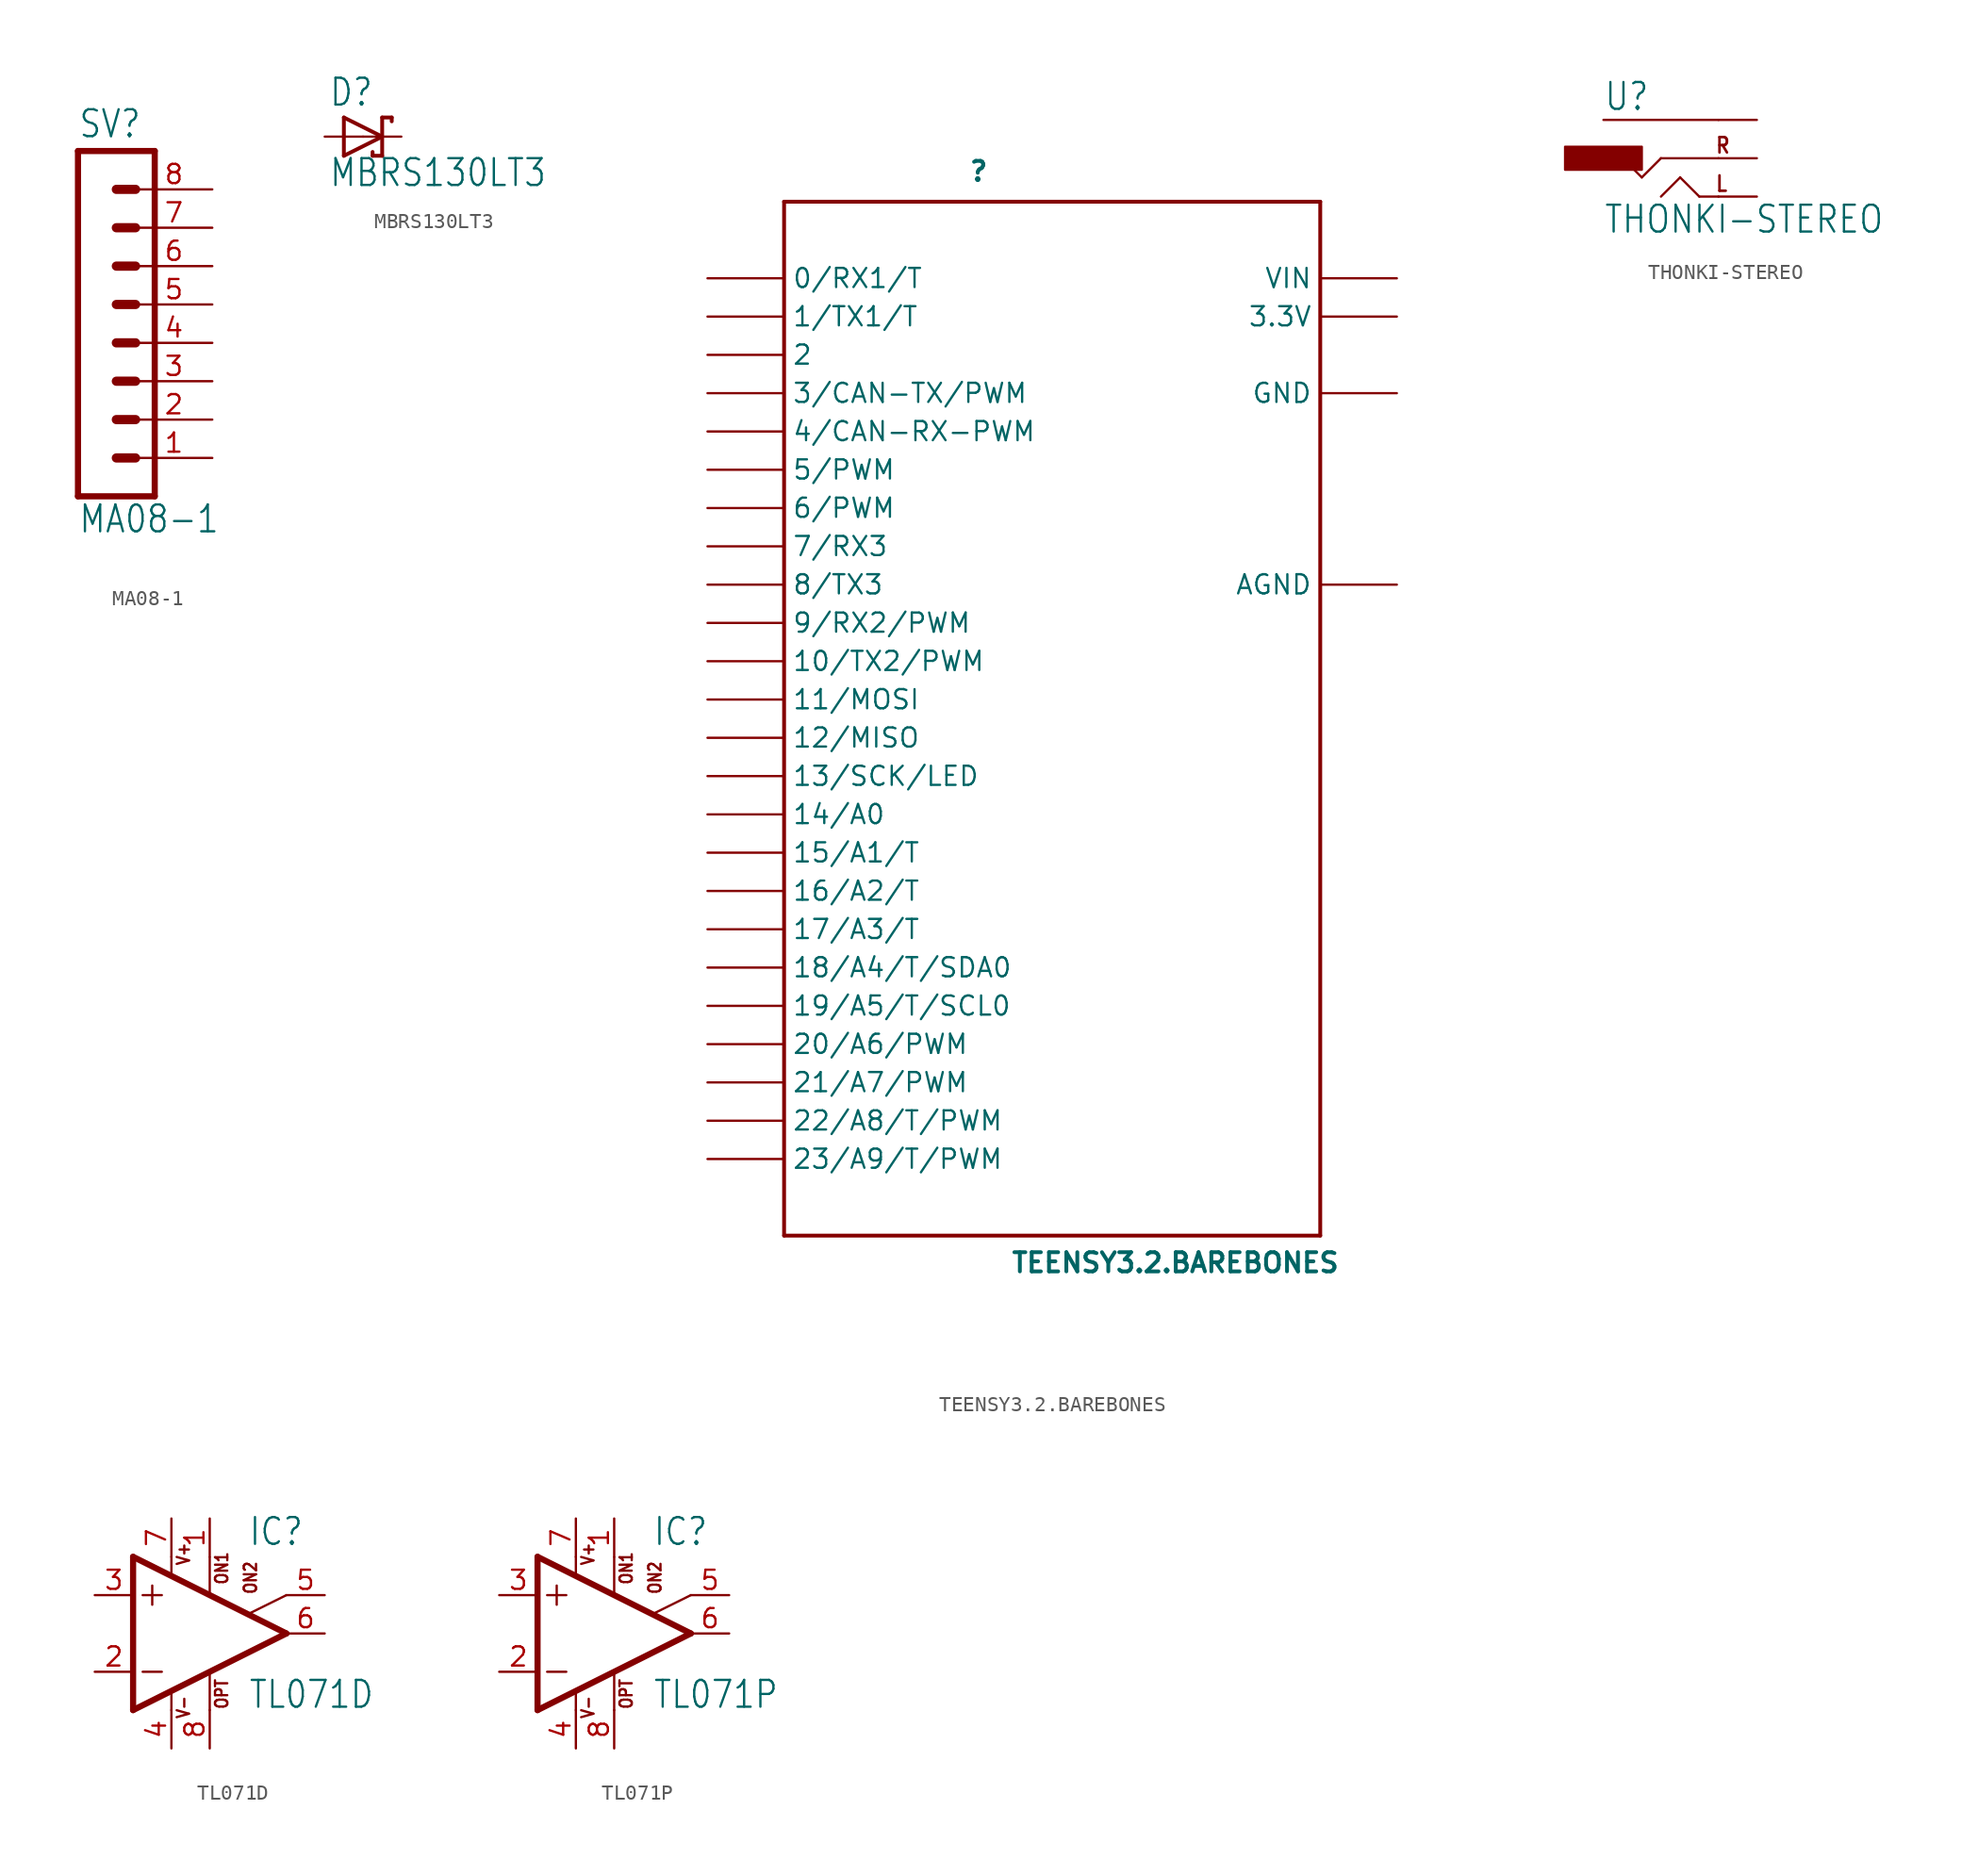
<source format=kicad_sym>
(kicad_symbol_lib
  (version 20211014)
  (generator kicad_symbol_editor)
  (symbol "MA08-1"
    (property "Reference" "SV"
      (at -1.27 13.462 0)
      (effects (font (size 1.778 1.511)) (justify left bottom)))
    (property "Value" "MA08-1"
      (at -1.27 -12.7 0)
      (effects (font (size 1.778 1.511)) (justify left bottom)))
    (property "ki_locked" ""
      (at 0 0 0)
      (effects (font (size 1.27 1.27))))
    (symbol "MA08-1_1_0"
      (polyline (pts (xy -1.27 12.7) (xy -1.27 -10.16)) (stroke (width 0.406) (type default) (color 0 0 0 0)) (fill (type none)))
      (polyline (pts (xy -1.27 12.7) (xy 3.81 12.7)) (stroke (width 0.406) (type default) (color 0 0 0 0)) (fill (type none)))
      (polyline (pts (xy 1.27 -7.62) (xy 2.54 -7.62)) (stroke (width 0.61) (type default) (color 0 0 0 0)) (fill (type none)))
      (polyline (pts (xy 1.27 -5.08) (xy 2.54 -5.08)) (stroke (width 0.61) (type default) (color 0 0 0 0)) (fill (type none)))
      (polyline (pts (xy 1.27 -2.54) (xy 2.54 -2.54)) (stroke (width 0.61) (type default) (color 0 0 0 0)) (fill (type none)))
      (polyline (pts (xy 1.27 0) (xy 2.54 0)) (stroke (width 0.61) (type default) (color 0 0 0 0)) (fill (type none)))
      (polyline (pts (xy 1.27 2.54) (xy 2.54 2.54)) (stroke (width 0.61) (type default) (color 0 0 0 0)) (fill (type none)))
      (polyline (pts (xy 1.27 5.08) (xy 2.54 5.08)) (stroke (width 0.61) (type default) (color 0 0 0 0)) (fill (type none)))
      (polyline (pts (xy 1.27 7.62) (xy 2.54 7.62)) (stroke (width 0.61) (type default) (color 0 0 0 0)) (fill (type none)))
      (polyline (pts (xy 1.27 10.16) (xy 2.54 10.16)) (stroke (width 0.61) (type default) (color 0 0 0 0)) (fill (type none)))
      (polyline (pts (xy 3.81 -10.16) (xy -1.27 -10.16)) (stroke (width 0.406) (type default) (color 0 0 0 0)) (fill (type none)))
      (polyline (pts (xy 3.81 -10.16) (xy 3.81 12.7)) (stroke (width 0.406) (type default) (color 0 0 0 0)) (fill (type none)))
      (pin passive line (at 7.62 -7.62 180) (length 5.08) (name "1" (effects (font (size 0 0)))) (number "1" (effects (font (size 1.27 1.27)))))
      (pin passive line (at 7.62 -5.08 180) (length 5.08) (name "2" (effects (font (size 0 0)))) (number "2" (effects (font (size 1.27 1.27)))))
      (pin passive line (at 7.62 -2.54 180) (length 5.08) (name "3" (effects (font (size 0 0)))) (number "3" (effects (font (size 1.27 1.27)))))
      (pin passive line (at 7.62 0 180) (length 5.08) (name "4" (effects (font (size 0 0)))) (number "4" (effects (font (size 1.27 1.27)))))
      (pin passive line (at 7.62 2.54 180) (length 5.08) (name "5" (effects (font (size 0 0)))) (number "5" (effects (font (size 1.27 1.27)))))
      (pin passive line (at 7.62 5.08 180) (length 5.08) (name "6" (effects (font (size 0 0)))) (number "6" (effects (font (size 1.27 1.27)))))
      (pin passive line (at 7.62 7.62 180) (length 5.08) (name "7" (effects (font (size 0 0)))) (number "7" (effects (font (size 1.27 1.27)))))
      (pin passive line (at 7.62 10.16 180) (length 5.08) (name "8" (effects (font (size 0 0)))) (number "8" (effects (font (size 1.27 1.27)))))))
  (symbol "MBRS130LT3"
    (property "Reference" "D"
      (at -2.286 1.905 0)
      (effects (font (size 1.778 1.511)) (justify left bottom)))
    (property "Value" "MBRS130LT3"
      (at -2.286 -3.429 0)
      (effects (font (size 1.778 1.511)) (justify left bottom)))
    (property "ki_locked" ""
      (at 0 0 0)
      (effects (font (size 1.27 1.27))))
    (symbol "MBRS130LT3_1_0"
      (polyline (pts (xy -1.27 -1.27) (xy 1.27 0)) (stroke (width 0.254) (type default) (color 0 0 0 0)) (fill (type none)))
      (polyline (pts (xy -1.27 1.27) (xy -1.27 -1.27)) (stroke (width 0.254) (type default) (color 0 0 0 0)) (fill (type none)))
      (polyline (pts (xy 0.635 -1.016) (xy 0.635 -1.27)) (stroke (width 0.254) (type default) (color 0 0 0 0)) (fill (type none)))
      (polyline (pts (xy 1.27 -1.27) (xy 0.635 -1.27)) (stroke (width 0.254) (type default) (color 0 0 0 0)) (fill (type none)))
      (polyline (pts (xy 1.27 0) (xy -1.27 1.27)) (stroke (width 0.254) (type default) (color 0 0 0 0)) (fill (type none)))
      (polyline (pts (xy 1.27 0) (xy 1.27 -1.27)) (stroke (width 0.254) (type default) (color 0 0 0 0)) (fill (type none)))
      (polyline (pts (xy 1.27 1.27) (xy 1.27 0)) (stroke (width 0.254) (type default) (color 0 0 0 0)) (fill (type none)))
      (polyline (pts (xy 1.905 1.27) (xy 1.27 1.27)) (stroke (width 0.254) (type default) (color 0 0 0 0)) (fill (type none)))
      (polyline (pts (xy 1.905 1.27) (xy 1.905 1.016)) (stroke (width 0.254) (type default) (color 0 0 0 0)) (fill (type none)))
      (pin passive line (at -2.54 0 0) (length 2.54) (name "A" (effects (font (size 0 0)))) (number "A" (effects (font (size 0 0)))))
      (pin passive line (at 2.54 0 180) (length 2.54) (name "C" (effects (font (size 0 0)))) (number "C" (effects (font (size 0 0)))))))
  (symbol "TEENSY3.2.BAREBONES"
    (property "Reference" ""
      (at -5.588 36.83 0)
      (effects (font (size 1.27 1.27) bold) (justify left bottom)))
    (property "Value" "TEENSY3.2.BAREBONES"
      (at -2.794 -35.56 0)
      (effects (font (size 1.27 1.27) bold) (justify left bottom)))
    (property "ki_locked" ""
      (at 0 0 0)
      (effects (font (size 1.27 1.27))))
    (symbol "TEENSY3.2.BAREBONES_1_0"
      (polyline (pts (xy -17.78 -33.02) (xy 17.78 -33.02)) (stroke (width 0.254) (type default) (color 0 0 0 0)) (fill (type none)))
      (polyline (pts (xy -17.78 35.56) (xy -17.78 -33.02)) (stroke (width 0.254) (type default) (color 0 0 0 0)) (fill (type none)))
      (polyline (pts (xy 17.78 -33.02) (xy 17.78 35.56)) (stroke (width 0.254) (type default) (color 0 0 0 0)) (fill (type none)))
      (polyline (pts (xy 17.78 35.56) (xy -17.78 35.56)) (stroke (width 0.254) (type default) (color 0 0 0 0)) (fill (type none)))
      (pin bidirectional line (at -22.86 30.48 0) (length 5.08) (name "0/RX1/T" (effects (font (size 1.27 1.27)))) (number "0" (effects (font (size 0 0)))))
      (pin bidirectional line (at -22.86 27.94 0) (length 5.08) (name "1/TX1/T" (effects (font (size 1.27 1.27)))) (number "1" (effects (font (size 0 0)))))
      (pin bidirectional line (at -22.86 5.08 0) (length 5.08) (name "10/TX2/PWM" (effects (font (size 1.27 1.27)))) (number "10" (effects (font (size 0 0)))))
      (pin bidirectional line (at -22.86 2.54 0) (length 5.08) (name "11/MOSI" (effects (font (size 1.27 1.27)))) (number "11" (effects (font (size 0 0)))))
      (pin bidirectional line (at -22.86 0 0) (length 5.08) (name "12/MISO" (effects (font (size 1.27 1.27)))) (number "12" (effects (font (size 0 0)))))
      (pin bidirectional line (at -22.86 -2.54 0) (length 5.08) (name "13/SCK/LED" (effects (font (size 1.27 1.27)))) (number "13" (effects (font (size 0 0)))))
      (pin bidirectional line (at -22.86 -5.08 0) (length 5.08) (name "14/A0" (effects (font (size 1.27 1.27)))) (number "14/A0" (effects (font (size 0 0)))))
      (pin bidirectional line (at -22.86 -7.62 0) (length 5.08) (name "15/A1/T" (effects (font (size 1.27 1.27)))) (number "15/A1" (effects (font (size 0 0)))))
      (pin bidirectional line (at -22.86 -10.16 0) (length 5.08) (name "16/A2/T" (effects (font (size 1.27 1.27)))) (number "16/A2" (effects (font (size 0 0)))))
      (pin bidirectional line (at -22.86 -12.7 0) (length 5.08) (name "17/A3/T" (effects (font (size 1.27 1.27)))) (number "17/A3" (effects (font (size 0 0)))))
      (pin bidirectional line (at -22.86 -15.24 0) (length 5.08) (name "18/A4/T/SDA0" (effects (font (size 1.27 1.27)))) (number "18/A4" (effects (font (size 0 0)))))
      (pin bidirectional line (at -22.86 -17.78 0) (length 5.08) (name "19/A5/T/SCL0" (effects (font (size 1.27 1.27)))) (number "19/A5" (effects (font (size 0 0)))))
      (pin bidirectional line (at -22.86 25.4 0) (length 5.08) (name "2" (effects (font (size 1.27 1.27)))) (number "2" (effects (font (size 0 0)))))
      (pin bidirectional line (at -22.86 -20.32 0) (length 5.08) (name "20/A6/PWM" (effects (font (size 1.27 1.27)))) (number "20/A6" (effects (font (size 0 0)))))
      (pin bidirectional line (at -22.86 -22.86 0) (length 5.08) (name "21/A7/PWM" (effects (font (size 1.27 1.27)))) (number "21/A7" (effects (font (size 0 0)))))
      (pin bidirectional line (at -22.86 -25.4 0) (length 5.08) (name "22/A8/T/PWM" (effects (font (size 1.27 1.27)))) (number "22/A8" (effects (font (size 0 0)))))
      (pin bidirectional line (at -22.86 -27.94 0) (length 5.08) (name "23/A9/T/PWM" (effects (font (size 1.27 1.27)))) (number "23/A9" (effects (font (size 0 0)))))
      (pin bidirectional line (at -22.86 22.86 0) (length 5.08) (name "3/CAN-TX/PWM" (effects (font (size 1.27 1.27)))) (number "3" (effects (font (size 0 0)))))
      (pin power_in line (at 22.86 27.94 180) (length 5.08) (name "3.3V" (effects (font (size 1.27 1.27)))) (number "3.3V" (effects (font (size 0 0)))))
      (pin bidirectional line (at -22.86 20.32 0) (length 5.08) (name "4/CAN-RX-PWM" (effects (font (size 1.27 1.27)))) (number "4" (effects (font (size 0 0)))))
      (pin bidirectional line (at -22.86 17.78 0) (length 5.08) (name "5/PWM" (effects (font (size 1.27 1.27)))) (number "5" (effects (font (size 0 0)))))
      (pin bidirectional line (at -22.86 15.24 0) (length 5.08) (name "6/PWM" (effects (font (size 1.27 1.27)))) (number "6" (effects (font (size 0 0)))))
      (pin bidirectional line (at -22.86 12.7 0) (length 5.08) (name "7/RX3" (effects (font (size 1.27 1.27)))) (number "7" (effects (font (size 0 0)))))
      (pin bidirectional line (at -22.86 10.16 0) (length 5.08) (name "8/TX3" (effects (font (size 1.27 1.27)))) (number "8" (effects (font (size 0 0)))))
      (pin bidirectional line (at -22.86 7.62 0) (length 5.08) (name "9/RX2/PWM" (effects (font (size 1.27 1.27)))) (number "9" (effects (font (size 0 0)))))
      (pin power_in line (at 22.86 10.16 180) (length 5.08) (name "AGND" (effects (font (size 1.27 1.27)))) (number "AGND" (effects (font (size 0 0)))))
      (pin power_in line (at 22.86 22.86 180) (length 5.08) (name "GND" (effects (font (size 1.27 1.27)))) (number "GND" (effects (font (size 0 0)))))
      (pin power_in line (at 22.86 30.48 180) (length 5.08) (name "VIN" (effects (font (size 1.27 1.27)))) (number "VIN" (effects (font (size 0 0)))))))
  (symbol "THONKI-STEREO"
    (property "Reference" "U"
      (at -5.08 3.048 0)
      (effects (font (size 1.778 1.511)) (justify left bottom)))
    (property "Value" "THONKI-STEREO"
      (at -5.08 -5.08 0)
      (effects (font (size 1.778 1.511)) (justify left bottom)))
    (property "ki_locked" ""
      (at 0 0 0)
      (effects (font (size 1.27 1.27))))
    (symbol "THONKI-STEREO_1_0"
      (rectangle (start -7.62 -0.762) (end -2.54 0.762) (stroke (width 0) (type default) (color 0 0 0 0)) (fill (type outline)))
      (polyline (pts (xy -2.54 -1.27) (xy -3.81 0)) (stroke (width 0.152) (type default) (color 0 0 0 0)) (fill (type none)))
      (polyline (pts (xy -1.27 -2.54) (xy 0 -1.27)) (stroke (width 0.152) (type default) (color 0 0 0 0)) (fill (type none)))
      (polyline (pts (xy -1.27 0) (xy -2.54 -1.27)) (stroke (width 0.152) (type default) (color 0 0 0 0)) (fill (type none)))
      (polyline (pts (xy 0 -1.27) (xy 1.27 -2.54)) (stroke (width 0.152) (type default) (color 0 0 0 0)) (fill (type none)))
      (polyline (pts (xy 1.27 -2.54) (xy 2.54 -2.54)) (stroke (width 0.152) (type default) (color 0 0 0 0)) (fill (type none)))
      (polyline (pts (xy 2.54 0) (xy -1.27 0)) (stroke (width 0.152) (type default) (color 0 0 0 0)) (fill (type none)))
      (polyline (pts (xy 2.54 2.54) (xy -5.08 2.54)) (stroke (width 0.152) (type default) (color 0 0 0 0)) (fill (type none)))
      (text "L" (at 2.286 -2.286 0) (effects (font (size 1.016 0.864) (thickness 0.173) bold) (justify left bottom)))
      (text "R" (at 2.286 0.254 0) (effects (font (size 1.016 0.864) (thickness 0.173) bold) (justify left bottom)))
      (pin bidirectional line (at 5.08 -2.54 180) (length 2.54) (name "LEFT" (effects (font (size 0 0)))) (number "P$1_TIP" (effects (font (size 0 0)))))
      (pin bidirectional line (at 5.08 0 180) (length 2.54) (name "RIGHT" (effects (font (size 0 0)))) (number "P$2_SWITCH" (effects (font (size 0 0)))))
      (pin bidirectional line (at 5.08 2.54 180) (length 2.54) (name "SLEEVE" (effects (font (size 0 0)))) (number "P$3_SLEEVE" (effects (font (size 0 0)))))))
  (symbol "TL071D"
    (property "Reference" "IC"
      (at 2.54 5.715 0)
      (effects (font (size 1.778 1.511)) (justify left bottom)))
    (property "Value" "TL071D"
      (at 2.54 -5.08 0)
      (effects (font (size 1.778 1.511)) (justify left bottom)))
    (property "ki_locked" ""
      (at 0 0 0)
      (effects (font (size 1.27 1.27))))
    (symbol "TL071D_1_0"
      (polyline (pts (xy -5.08 -5.08) (xy 5.08 0)) (stroke (width 0.406) (type default) (color 0 0 0 0)) (fill (type none)))
      (polyline (pts (xy -5.08 5.08) (xy -5.08 -5.08)) (stroke (width 0.406) (type default) (color 0 0 0 0)) (fill (type none)))
      (polyline (pts (xy -4.445 -2.54) (xy -3.175 -2.54)) (stroke (width 0.152) (type default) (color 0 0 0 0)) (fill (type none)))
      (polyline (pts (xy -4.445 2.54) (xy -3.175 2.54)) (stroke (width 0.152) (type default) (color 0 0 0 0)) (fill (type none)))
      (polyline (pts (xy -3.81 3.175) (xy -3.81 1.905)) (stroke (width 0.152) (type default) (color 0 0 0 0)) (fill (type none)))
      (polyline (pts (xy -2.54 -3.912) (xy -2.54 -5.08)) (stroke (width 0.152) (type default) (color 0 0 0 0)) (fill (type none)))
      (polyline (pts (xy -2.54 5.08) (xy -2.54 3.886)) (stroke (width 0.152) (type default) (color 0 0 0 0)) (fill (type none)))
      (polyline (pts (xy 0 -2.616) (xy 0 -5.08)) (stroke (width 0.152) (type default) (color 0 0 0 0)) (fill (type none)))
      (polyline (pts (xy 0 5.055) (xy 0 2.616)) (stroke (width 0.152) (type default) (color 0 0 0 0)) (fill (type none)))
      (polyline (pts (xy 5.08 0) (xy -5.08 5.08)) (stroke (width 0.406) (type default) (color 0 0 0 0)) (fill (type none)))
      (polyline (pts (xy 5.08 2.54) (xy 2.616 1.321)) (stroke (width 0.152) (type default) (color 0 0 0 0)) (fill (type none)))
      (text "ON1" (at 1.27 3.175 900) (effects (font (size 0.813 0.691)) (justify left bottom)))
      (text "ON2" (at 3.175 2.54 900) (effects (font (size 0.813 0.691)) (justify left bottom)))
      (text "OPT" (at 1.27 -5.08 900) (effects (font (size 0.813 0.691)) (justify left bottom)))
      (text "V+" (at -1.27 4.445 900) (effects (font (size 0.813 0.691)) (justify left bottom)))
      (text "V-" (at -1.27 -5.715 900) (effects (font (size 0.813 0.691)) (justify left bottom)))
      (pin passive line (at 0 7.62 270) (length 2.54) (name "ON1" (effects (font (size 0 0)))) (number "1" (effects (font (size 1.27 1.27)))))
      (pin input line (at -7.62 -2.54 0) (length 2.54) (name "-IN" (effects (font (size 0 0)))) (number "2" (effects (font (size 1.27 1.27)))))
      (pin input line (at -7.62 2.54 0) (length 2.54) (name "+IN" (effects (font (size 0 0)))) (number "3" (effects (font (size 1.27 1.27)))))
      (pin power_in line (at -2.54 -7.62 90) (length 2.54) (name "V-" (effects (font (size 0 0)))) (number "4" (effects (font (size 1.27 1.27)))))
      (pin passive line (at 7.62 2.54 180) (length 2.54) (name "ON2" (effects (font (size 0 0)))) (number "5" (effects (font (size 1.27 1.27)))))
      (pin output line (at 7.62 0 180) (length 2.54) (name "OUT" (effects (font (size 0 0)))) (number "6" (effects (font (size 1.27 1.27)))))
      (pin power_in line (at -2.54 7.62 270) (length 2.54) (name "V+" (effects (font (size 0 0)))) (number "7" (effects (font (size 1.27 1.27)))))
      (pin passive line (at 0 -7.62 90) (length 2.54) (name "OPT" (effects (font (size 0 0)))) (number "8" (effects (font (size 1.27 1.27)))))))
  (symbol "TL071P"
    (property "Reference" "IC"
      (at 2.54 5.715 0)
      (effects (font (size 1.778 1.511)) (justify left bottom)))
    (property "Value" "TL071P"
      (at 2.54 -5.08 0)
      (effects (font (size 1.778 1.511)) (justify left bottom)))
    (property "ki_locked" ""
      (at 0 0 0)
      (effects (font (size 1.27 1.27))))
    (symbol "TL071P_1_0"
      (polyline (pts (xy -5.08 -5.08) (xy 5.08 0)) (stroke (width 0.406) (type default) (color 0 0 0 0)) (fill (type none)))
      (polyline (pts (xy -5.08 5.08) (xy -5.08 -5.08)) (stroke (width 0.406) (type default) (color 0 0 0 0)) (fill (type none)))
      (polyline (pts (xy -4.445 -2.54) (xy -3.175 -2.54)) (stroke (width 0.152) (type default) (color 0 0 0 0)) (fill (type none)))
      (polyline (pts (xy -4.445 2.54) (xy -3.175 2.54)) (stroke (width 0.152) (type default) (color 0 0 0 0)) (fill (type none)))
      (polyline (pts (xy -3.81 3.175) (xy -3.81 1.905)) (stroke (width 0.152) (type default) (color 0 0 0 0)) (fill (type none)))
      (polyline (pts (xy -2.54 -3.912) (xy -2.54 -5.08)) (stroke (width 0.152) (type default) (color 0 0 0 0)) (fill (type none)))
      (polyline (pts (xy -2.54 5.08) (xy -2.54 3.886)) (stroke (width 0.152) (type default) (color 0 0 0 0)) (fill (type none)))
      (polyline (pts (xy 0 -2.616) (xy 0 -5.08)) (stroke (width 0.152) (type default) (color 0 0 0 0)) (fill (type none)))
      (polyline (pts (xy 0 5.055) (xy 0 2.616)) (stroke (width 0.152) (type default) (color 0 0 0 0)) (fill (type none)))
      (polyline (pts (xy 5.08 0) (xy -5.08 5.08)) (stroke (width 0.406) (type default) (color 0 0 0 0)) (fill (type none)))
      (polyline (pts (xy 5.08 2.54) (xy 2.616 1.321)) (stroke (width 0.152) (type default) (color 0 0 0 0)) (fill (type none)))
      (text "ON1" (at 1.27 3.175 900) (effects (font (size 0.813 0.691)) (justify left bottom)))
      (text "ON2" (at 3.175 2.54 900) (effects (font (size 0.813 0.691)) (justify left bottom)))
      (text "OPT" (at 1.27 -5.08 900) (effects (font (size 0.813 0.691)) (justify left bottom)))
      (text "V+" (at -1.27 4.445 900) (effects (font (size 0.813 0.691)) (justify left bottom)))
      (text "V-" (at -1.27 -5.715 900) (effects (font (size 0.813 0.691)) (justify left bottom)))
      (pin passive line (at 0 7.62 270) (length 2.54) (name "ON1" (effects (font (size 0 0)))) (number "1" (effects (font (size 1.27 1.27)))))
      (pin input line (at -7.62 -2.54 0) (length 2.54) (name "-IN" (effects (font (size 0 0)))) (number "2" (effects (font (size 1.27 1.27)))))
      (pin input line (at -7.62 2.54 0) (length 2.54) (name "+IN" (effects (font (size 0 0)))) (number "3" (effects (font (size 1.27 1.27)))))
      (pin power_in line (at -2.54 -7.62 90) (length 2.54) (name "V-" (effects (font (size 0 0)))) (number "4" (effects (font (size 1.27 1.27)))))
      (pin passive line (at 7.62 2.54 180) (length 2.54) (name "ON2" (effects (font (size 0 0)))) (number "5" (effects (font (size 1.27 1.27)))))
      (pin output line (at 7.62 0 180) (length 2.54) (name "OUT" (effects (font (size 0 0)))) (number "6" (effects (font (size 1.27 1.27)))))
      (pin power_in line (at -2.54 7.62 270) (length 2.54) (name "V+" (effects (font (size 0 0)))) (number "7" (effects (font (size 1.27 1.27)))))
      (pin passive line (at 0 -7.62 90) (length 2.54) (name "OPT" (effects (font (size 0 0)))) (number "8" (effects (font (size 1.27 1.27))))))))
</source>
